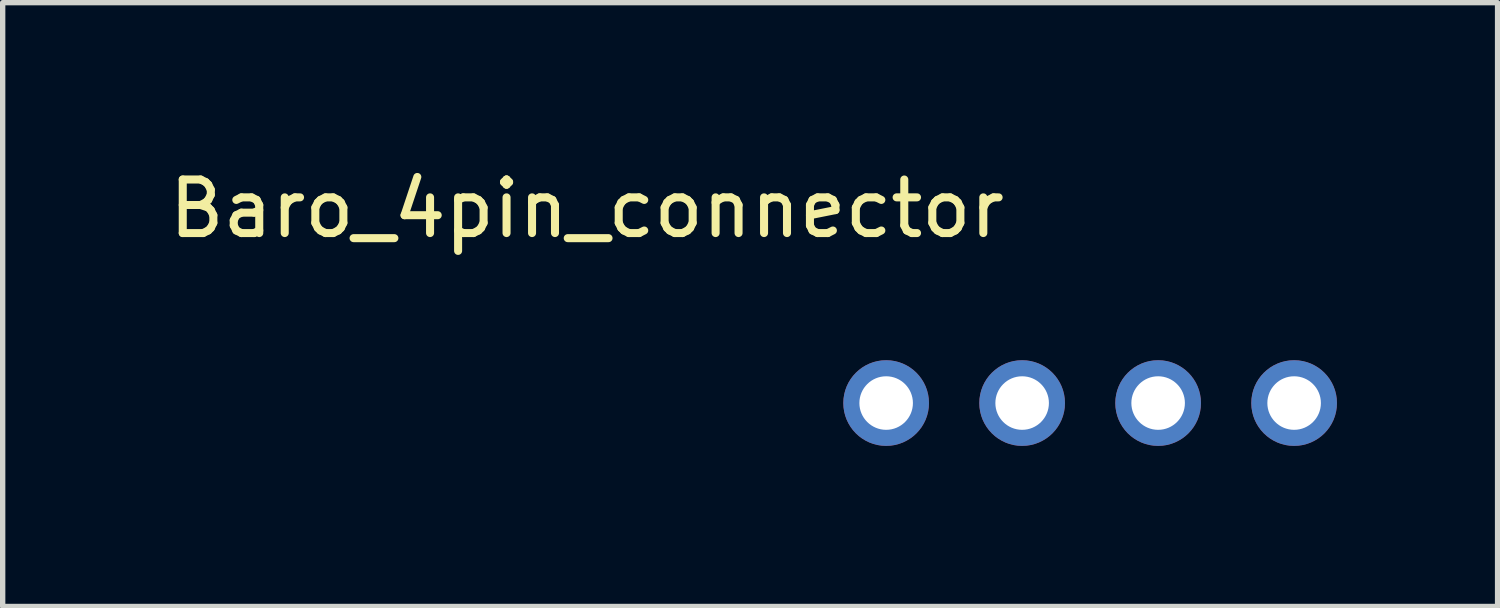
<source format=kicad_pcb>
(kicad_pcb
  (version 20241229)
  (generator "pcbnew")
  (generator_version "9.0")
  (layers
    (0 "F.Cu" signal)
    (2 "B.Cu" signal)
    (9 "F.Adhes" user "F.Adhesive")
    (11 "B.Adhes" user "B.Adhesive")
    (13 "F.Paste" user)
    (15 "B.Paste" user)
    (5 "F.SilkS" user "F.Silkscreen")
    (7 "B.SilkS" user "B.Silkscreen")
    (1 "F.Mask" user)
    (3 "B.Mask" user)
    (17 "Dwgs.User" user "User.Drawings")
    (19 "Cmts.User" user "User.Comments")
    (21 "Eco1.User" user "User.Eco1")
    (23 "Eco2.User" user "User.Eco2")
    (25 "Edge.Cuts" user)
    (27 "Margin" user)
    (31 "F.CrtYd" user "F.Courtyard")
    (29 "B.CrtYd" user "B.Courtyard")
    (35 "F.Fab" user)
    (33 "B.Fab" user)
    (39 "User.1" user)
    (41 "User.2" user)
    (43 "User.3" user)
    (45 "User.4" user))
  (footprint "Baro_4pin_connector"
    (layer "F.Cu")
    (at 13.501 4.478)
    (property "Reference" "Baro_4pin_connector" (at -5.59 -3.63 0) (layer "F.SilkS") (effects (font (size 1 1) (thickness 0.15))))
    (attr through_hole)
    (pad "1" thru_hole circle (at 0 0) (size 1.6 1.6) (drill 1) (layers "*.Cu" "*.Mask"))
    (pad "2" thru_hole circle (at 2.54 0) (size 1.6 1.6) (drill 1) (layers "*.Cu" "*.Mask"))
    (pad "3" thru_hole circle (at 5.08 0) (size 1.6 1.6) (drill 1) (layers "*.Cu" "*.Mask"))
    (pad "4" thru_hole circle (at 7.62 0) (size 1.6 1.6) (drill 1) (layers "*.Cu" "*.Mask")))
  (gr_rect
    (start -3 -3)
    (end 24.921 8.278)
    (stroke (width 0.1) (type default))
    (fill no)
    (layer "Edge.Cuts")))
</source>
